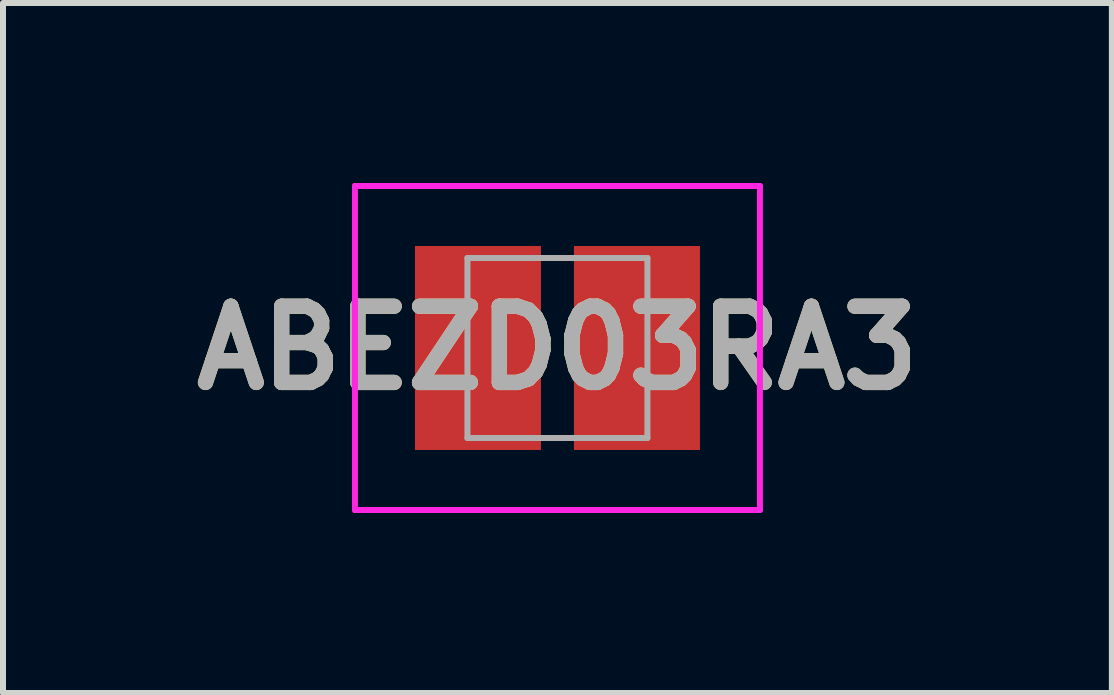
<source format=kicad_pcb>
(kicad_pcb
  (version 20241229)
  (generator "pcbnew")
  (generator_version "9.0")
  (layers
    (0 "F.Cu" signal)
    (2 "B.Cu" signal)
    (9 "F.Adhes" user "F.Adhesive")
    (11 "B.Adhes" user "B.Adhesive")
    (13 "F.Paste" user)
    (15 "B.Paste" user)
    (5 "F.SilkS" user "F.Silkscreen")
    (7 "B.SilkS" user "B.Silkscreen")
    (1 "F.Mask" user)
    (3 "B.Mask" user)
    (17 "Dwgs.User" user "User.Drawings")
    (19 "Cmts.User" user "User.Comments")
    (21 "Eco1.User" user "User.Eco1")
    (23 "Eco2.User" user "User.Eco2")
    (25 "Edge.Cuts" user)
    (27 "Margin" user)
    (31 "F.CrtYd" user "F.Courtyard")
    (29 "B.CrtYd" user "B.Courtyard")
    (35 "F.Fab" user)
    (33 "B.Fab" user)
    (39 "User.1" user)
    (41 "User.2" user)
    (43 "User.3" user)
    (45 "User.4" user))
  (footprint "ABEZD03RA3"
    (layer "F.Cu")
    (at 6.241 2.75)
    (property "Reference" "ABEZD03RA3" (at 0 0 0) (layer "F.SilkS") (effects (font (size 1.27 1.27) (thickness 0.254))))
    (attr smd)
    (fp_line (start 2.8 0) (end 2.8 0) (stroke (width 0.1) (type solid)) (layer "F.SilkS"))
    (fp_line (start 2.9 0) (end 2.9 0) (stroke (width 0.1) (type solid)) (layer "F.SilkS"))
    (fp_line (start 2.9 0) (end 2.9 0) (stroke (width 0.1) (type solid)) (layer "F.SilkS"))
    (fp_arc (start 2.8 0) (mid 2.85 -0.05) (end 2.9 0) (stroke (width 0.1) (type solid)) (layer "F.SilkS"))
    (fp_arc (start 2.8 0) (mid 2.85 -0.05) (end 2.9 0) (stroke (width 0.1) (type solid)) (layer "F.SilkS"))
    (fp_arc (start 2.9 0) (mid 2.85 0.05) (end 2.8 0) (stroke (width 0.1) (type solid)) (layer "F.SilkS"))
    (fp_line (start -3.375 -2.7) (end 3.375 -2.7) (stroke (width 0.1) (type solid)) (layer "F.CrtYd"))
    (fp_line (start -3.375 2.7) (end -3.375 -2.7) (stroke (width 0.1) (type solid)) (layer "F.CrtYd"))
    (fp_line (start 3.375 -2.7) (end 3.375 2.7) (stroke (width 0.1) (type solid)) (layer "F.CrtYd"))
    (fp_line (start 3.375 2.7) (end -3.375 2.7) (stroke (width 0.1) (type solid)) (layer "F.CrtYd"))
    (fp_line (start -1.5 -1.5) (end -1.5 1.5) (stroke (width 0.1) (type solid)) (layer "F.Fab"))
    (fp_line (start -1.5 1.5) (end 1.5 1.5) (stroke (width 0.1) (type solid)) (layer "F.Fab"))
    (fp_line (start 1.5 -1.5) (end -1.5 -1.5) (stroke (width 0.1) (type solid)) (layer "F.Fab"))
    (fp_line (start 1.5 1.5) (end 1.5 -1.5) (stroke (width 0.1) (type solid)) (layer "F.Fab"))
    (fp_text user "${REFERENCE}" (at 0 0 0) (layer "F.Fab") (effects (font (size 1.27 1.27) (thickness 0.254))))
    (pad "1" smd rect (at 1.325 0) (size 2.1 3.4) (layers "F.Cu" "F.Mask" "F.Paste"))
    (pad "2" smd rect (at -1.325 0) (size 2.1 3.4) (layers "F.Cu" "F.Mask" "F.Paste")))
  (gr_rect
    (start -3 -3)
    (end 15.482 8.5)
    (stroke (width 0.1) (type default))
    (fill no)
    (layer "Edge.Cuts")))
</source>
